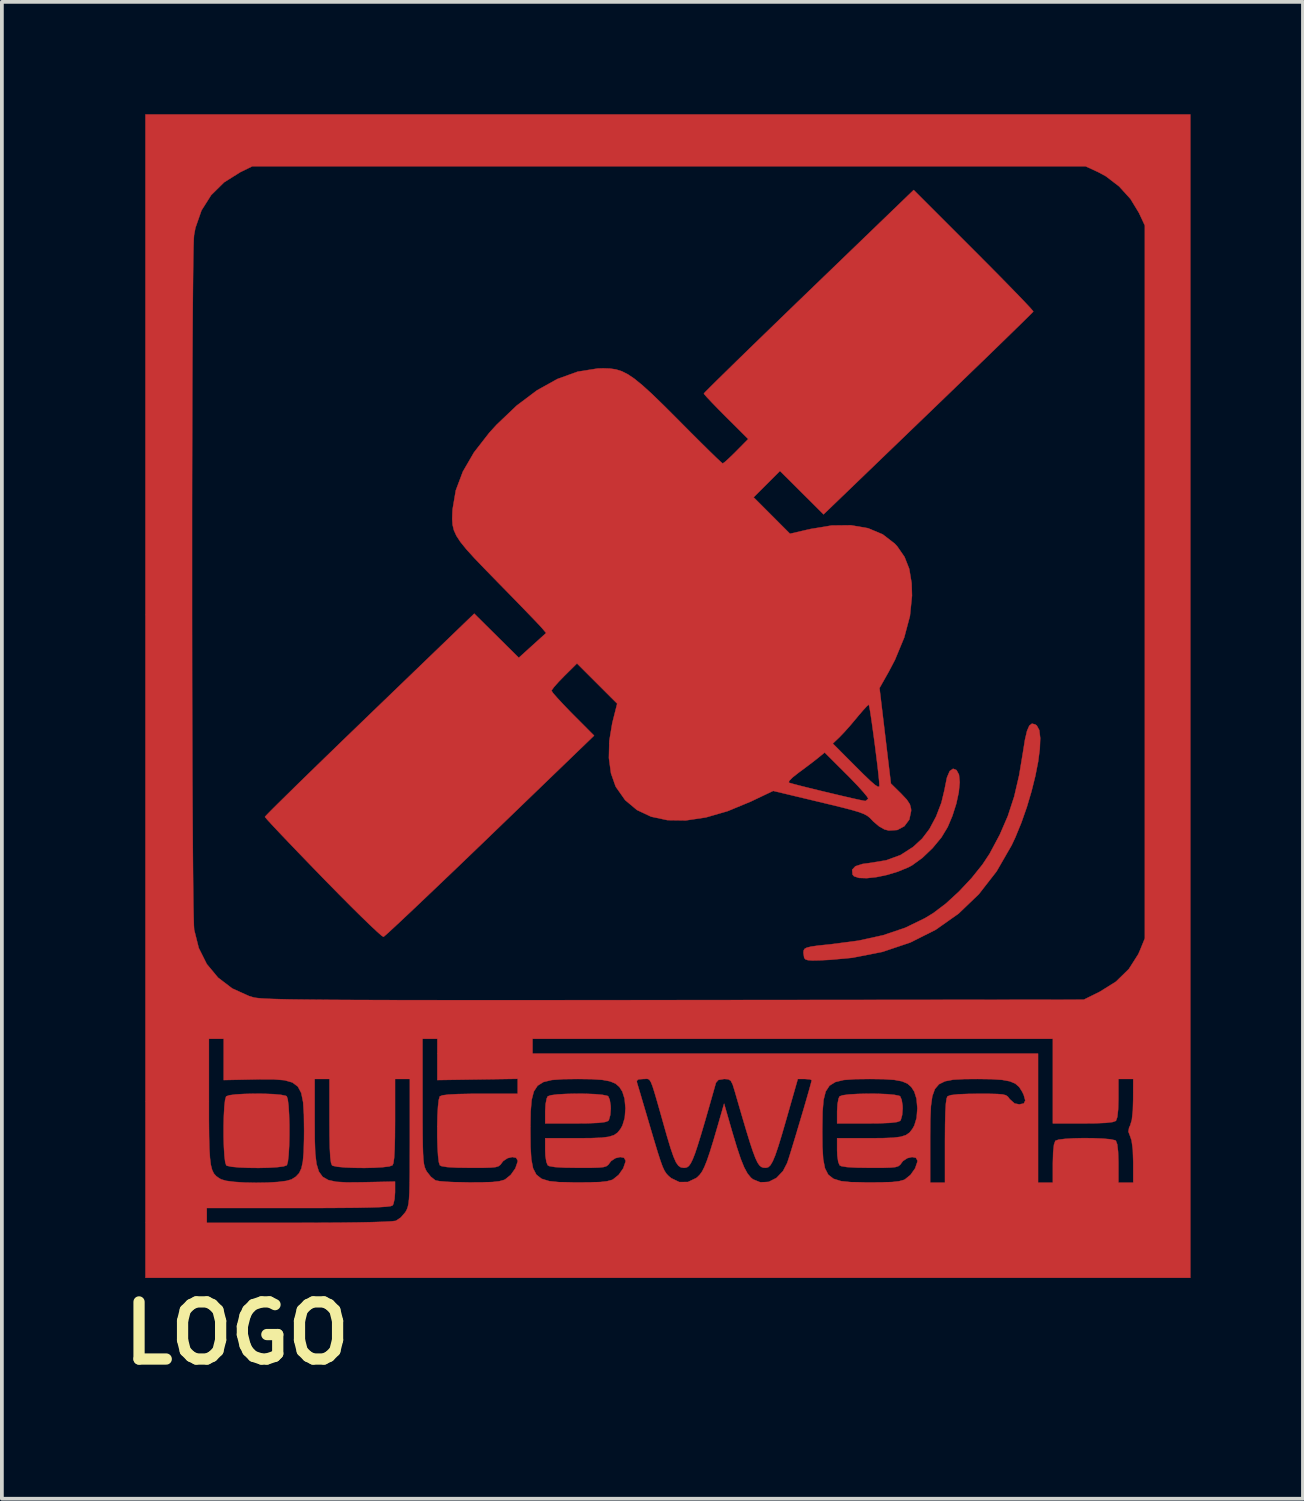
<source format=kicad_pcb>
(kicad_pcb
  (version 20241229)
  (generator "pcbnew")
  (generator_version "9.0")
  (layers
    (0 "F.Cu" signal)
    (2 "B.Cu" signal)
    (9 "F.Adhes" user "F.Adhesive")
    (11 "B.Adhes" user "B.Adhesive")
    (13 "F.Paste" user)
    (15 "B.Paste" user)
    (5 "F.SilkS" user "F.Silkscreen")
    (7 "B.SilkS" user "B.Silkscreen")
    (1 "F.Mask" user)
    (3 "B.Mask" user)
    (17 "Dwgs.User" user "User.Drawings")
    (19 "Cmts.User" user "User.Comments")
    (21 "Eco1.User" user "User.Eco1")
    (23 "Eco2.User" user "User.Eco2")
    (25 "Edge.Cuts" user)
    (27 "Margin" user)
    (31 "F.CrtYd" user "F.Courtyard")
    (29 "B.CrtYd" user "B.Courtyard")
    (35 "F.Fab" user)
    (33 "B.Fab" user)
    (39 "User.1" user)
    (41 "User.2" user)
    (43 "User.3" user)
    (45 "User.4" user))
  (footprint "LOGO"
    (layer "F.Cu")
    (at 14.773 15.527)
    (property "Reference" "LOGO" (at -11.5 17 0) (layer "F.SilkS") (effects (font (size 1.524 1.524) (thickness 0.3))))
    (attr through_hole)
    (fp_poly (pts (xy -2.188 10.611) (xy -1.941 10.621) (xy -1.741 10.64) (xy -1.616 10.666) (xy -1.592 10.679) (xy -1.551 10.774) (xy -1.527 10.932) (xy -1.524 11.007) (xy -1.538 11.178) (xy -1.573 11.305) (xy -1.592 11.334) (xy -1.676 11.365) (xy -1.858 11.387) (xy -2.143 11.399) (xy -2.467 11.402) (xy -3.274 11.402) (xy -3.274 11.074) (xy -3.263 10.885) (xy -3.234 10.737) (xy -3.206 10.679) (xy -3.121 10.65) (xy -2.949 10.628) (xy -2.719 10.615) (xy -2.456 10.609) (xy -2.188 10.611)) (stroke (width 0.01) (type solid)) (fill yes) (layer "F.Cu"))
    (fp_poly (pts (xy 5.601 10.611) (xy 5.849 10.621) (xy 6.048 10.64) (xy 6.174 10.666) (xy 6.198 10.679) (xy 6.239 10.774) (xy 6.263 10.932) (xy 6.265 11.007) (xy 6.251 11.178) (xy 6.216 11.305) (xy 6.198 11.334) (xy 6.114 11.365) (xy 5.932 11.387) (xy 5.646 11.399) (xy 5.323 11.402) (xy 4.516 11.402) (xy 4.516 11.074) (xy 4.527 10.885) (xy 4.555 10.737) (xy 4.583 10.679) (xy 4.669 10.65) (xy 4.84 10.628) (xy 5.07 10.615) (xy 5.333 10.609) (xy 5.601 10.611)) (stroke (width 0.01) (type solid)) (fill yes) (layer "F.Cu"))
    (fp_poly (pts (xy 7.702 1.973) (xy 7.768 2.096) (xy 7.787 2.299) (xy 7.762 2.564) (xy 7.696 2.869) (xy 7.592 3.195) (xy 7.468 3.49) (xy 7.299 3.77) (xy 7.062 4.056) (xy 6.791 4.315) (xy 6.517 4.514) (xy 6.42 4.566) (xy 6.142 4.681) (xy 5.85 4.77) (xy 5.566 4.829) (xy 5.309 4.857) (xy 5.103 4.851) (xy 4.967 4.807) (xy 4.928 4.762) (xy 4.917 4.633) (xy 5.003 4.54) (xy 5.189 4.479) (xy 5.368 4.455) (xy 5.823 4.381) (xy 6.205 4.242) (xy 6.543 4.025) (xy 6.785 3.802) (xy 6.981 3.544) (xy 7.158 3.211) (xy 7.299 2.843) (xy 7.387 2.477) (xy 7.391 2.447) (xy 7.447 2.171) (xy 7.52 2) (xy 7.61 1.937) (xy 7.702 1.973)) (stroke (width 0.01) (type solid)) (fill yes) (layer "F.Cu"))
    (fp_poly (pts (xy -10.767 10.611) (xy -10.52 10.621) (xy -10.32 10.64) (xy -10.195 10.666) (xy -10.171 10.679) (xy -10.144 10.763) (xy -10.123 10.934) (xy -10.109 11.169) (xy -10.101 11.441) (xy -10.101 11.728) (xy -10.107 12.003) (xy -10.121 12.243) (xy -10.141 12.422) (xy -10.168 12.516) (xy -10.171 12.519) (xy -10.257 12.549) (xy -10.428 12.57) (xy -10.658 12.584) (xy -10.921 12.59) (xy -11.189 12.587) (xy -11.437 12.577) (xy -11.636 12.559) (xy -11.762 12.533) (xy -11.786 12.519) (xy -11.813 12.436) (xy -11.834 12.265) (xy -11.848 12.03) (xy -11.856 11.757) (xy -11.856 11.471) (xy -11.849 11.195) (xy -11.836 10.956) (xy -11.816 10.777) (xy -11.789 10.683) (xy -11.786 10.679) (xy -11.7 10.65) (xy -11.529 10.628) (xy -11.299 10.615) (xy -11.036 10.609) (xy -10.767 10.611)) (stroke (width 0.01) (type solid)) (fill yes) (layer "F.Cu"))
    (fp_poly (pts (xy 9.803 0.756) (xy 9.845 0.786) (xy 9.911 0.908) (xy 9.936 1.118) (xy 9.925 1.402) (xy 9.881 1.743) (xy 9.806 2.127) (xy 9.704 2.537) (xy 9.579 2.959) (xy 9.433 3.376) (xy 9.27 3.773) (xy 9.173 3.979) (xy 8.772 4.675) (xy 8.299 5.283) (xy 7.757 5.803) (xy 7.146 6.234) (xy 6.469 6.574) (xy 5.726 6.824) (xy 4.919 6.982) (xy 4.334 7.036) (xy 4.047 7.05) (xy 3.854 7.054) (xy 3.734 7.045) (xy 3.669 7.023) (xy 3.639 6.986) (xy 3.637 6.983) (xy 3.617 6.849) (xy 3.622 6.791) (xy 3.645 6.746) (xy 3.706 6.712) (xy 3.822 6.683) (xy 4.013 6.656) (xy 4.295 6.627) (xy 4.335 6.623) (xy 5.085 6.525) (xy 5.747 6.379) (xy 6.333 6.181) (xy 6.858 5.926) (xy 7.084 5.788) (xy 7.417 5.536) (xy 7.767 5.215) (xy 8.103 4.857) (xy 8.395 4.493) (xy 8.586 4.204) (xy 8.858 3.694) (xy 9.073 3.196) (xy 9.242 2.678) (xy 9.374 2.11) (xy 9.475 1.501) (xy 9.529 1.162) (xy 9.584 0.927) (xy 9.645 0.787) (xy 9.716 0.733) (xy 9.803 0.756)) (stroke (width 0.01) (type solid)) (fill yes) (layer "F.Cu"))
    (fp_poly (pts (xy 8.162 -11.904) (xy 8.511 -11.554) (xy 8.833 -11.229) (xy 9.12 -10.936) (xy 9.363 -10.686) (xy 9.554 -10.486) (xy 9.685 -10.345) (xy 9.747 -10.272) (xy 9.751 -10.264) (xy 9.709 -10.219) (xy 9.592 -10.103) (xy 9.407 -9.921) (xy 9.161 -9.681) (xy 8.859 -9.387) (xy 8.51 -9.048) (xy 8.118 -8.67) (xy 7.692 -8.258) (xy 7.237 -7.819) (xy 6.945 -7.538) (xy 4.154 -4.851) (xy 3.573 -5.43) (xy 2.991 -6.01) (xy 2.287 -5.306) (xy 2.773 -4.82) (xy 3.258 -4.334) (xy 3.803 -4.46) (xy 4.371 -4.554) (xy 4.886 -4.56) (xy 5.342 -4.481) (xy 5.733 -4.317) (xy 6.053 -4.07) (xy 6.121 -3.996) (xy 6.315 -3.715) (xy 6.441 -3.396) (xy 6.504 -3.016) (xy 6.514 -2.681) (xy 6.459 -2.138) (xy 6.306 -1.563) (xy 6.061 -0.971) (xy 5.897 -0.658) (xy 5.647 -0.215) (xy 5.799 1.059) (xy 5.951 2.332) (xy 6.221 2.598) (xy 6.375 2.761) (xy 6.458 2.887) (xy 6.489 3.009) (xy 6.491 3.061) (xy 6.442 3.294) (xy 6.311 3.47) (xy 6.121 3.572) (xy 5.895 3.586) (xy 5.781 3.557) (xy 5.638 3.476) (xy 5.486 3.348) (xy 5.447 3.307) (xy 5.386 3.244) (xy 5.319 3.191) (xy 5.23 3.144) (xy 5.104 3.095) (xy 4.925 3.042) (xy 4.678 2.977) (xy 4.348 2.896) (xy 4.044 2.823) (xy 2.81 2.528) (xy 2.207 2.815) (xy 1.593 3.069) (xy 1.015 3.236) (xy 0.479 3.316) (xy -0.011 3.309) (xy -0.448 3.216) (xy -0.826 3.038) (xy -1.14 2.775) (xy -1.384 2.428) (xy -1.397 2.404) (xy -1.431 2.307) (xy 3.225 2.307) (xy 3.229 2.309) (xy 3.338 2.341) (xy 3.525 2.39) (xy 3.769 2.451) (xy 4.049 2.52) (xy 4.342 2.59) (xy 4.629 2.658) (xy 4.886 2.718) (xy 5.094 2.764) (xy 5.231 2.792) (xy 5.274 2.798) (xy 5.341 2.742) (xy 5.345 2.733) (xy 5.313 2.677) (xy 5.214 2.557) (xy 5.062 2.389) (xy 4.869 2.188) (xy 4.773 2.092) (xy 4.184 1.504) (xy 3.997 1.656) (xy 3.852 1.77) (xy 3.66 1.915) (xy 3.483 2.046) (xy 3.327 2.169) (xy 3.237 2.261) (xy 3.225 2.307) (xy -1.431 2.307) (xy -1.518 2.061) (xy -1.574 1.651) (xy -1.565 1.265) (xy 4.4 1.265) (xy 4.979 1.846) (xy 5.227 2.093) (xy 5.407 2.265) (xy 5.529 2.37) (xy 5.603 2.417) (xy 5.638 2.414) (xy 5.645 2.385) (xy 5.639 2.284) (xy 5.621 2.102) (xy 5.594 1.86) (xy 5.559 1.579) (xy 5.521 1.279) (xy 5.481 0.982) (xy 5.443 0.707) (xy 5.409 0.477) (xy 5.382 0.311) (xy 5.364 0.23) (xy 5.361 0.226) (xy 5.311 0.267) (xy 5.211 0.375) (xy 5.078 0.53) (xy 5.038 0.579) (xy 4.875 0.773) (xy 4.713 0.955) (xy 4.585 1.089) (xy 4.576 1.098) (xy 4.4 1.265) (xy -1.565 1.265) (xy -1.564 1.196) (xy -1.485 0.723) (xy -1.473 0.674) (xy -1.353 0.199) (xy -2.426 -0.873) (xy -2.765 -0.537) (xy -2.92 -0.377) (xy -3.038 -0.244) (xy -3.1 -0.158) (xy -3.104 -0.144) (xy -3.067 -0.085) (xy -2.962 0.036) (xy -2.806 0.205) (xy -2.613 0.406) (xy -2.537 0.483) (xy -1.969 1.053) (xy -4.745 3.73) (xy -5.214 4.181) (xy -5.66 4.609) (xy -6.076 5.006) (xy -6.456 5.368) (xy -6.792 5.687) (xy -7.079 5.957) (xy -7.308 6.171) (xy -7.474 6.324) (xy -7.57 6.408) (xy -7.591 6.423) (xy -7.644 6.388) (xy -7.767 6.279) (xy -7.951 6.107) (xy -8.186 5.879) (xy -8.464 5.604) (xy -8.776 5.29) (xy -9.113 4.947) (xy -9.207 4.851) (xy -9.547 4.5) (xy -9.862 4.174) (xy -10.142 3.881) (xy -10.38 3.631) (xy -10.566 3.433) (xy -10.692 3.295) (xy -10.75 3.226) (xy -10.753 3.221) (xy -10.713 3.176) (xy -10.599 3.059) (xy -10.416 2.877) (xy -10.171 2.636) (xy -9.872 2.342) (xy -9.524 2.003) (xy -9.134 1.624) (xy -8.709 1.212) (xy -8.254 0.773) (xy -7.96 0.489) (xy -5.167 -2.202) (xy -3.979 -1.024) (xy -3.614 -1.355) (xy -3.249 -1.685) (xy -3.359 -1.816) (xy -3.427 -1.891) (xy -3.562 -2.033) (xy -3.754 -2.232) (xy -3.99 -2.476) (xy -4.259 -2.752) (xy -4.549 -3.048) (xy -4.895 -3.403) (xy -5.17 -3.69) (xy -5.381 -3.923) (xy -5.536 -4.115) (xy -5.643 -4.278) (xy -5.71 -4.426) (xy -5.745 -4.571) (xy -5.756 -4.726) (xy -5.75 -4.904) (xy -5.745 -4.989) (xy -5.66 -5.49) (xy -5.471 -5.993) (xy -5.175 -6.503) (xy -4.77 -7.024) (xy -4.575 -7.239) (xy -4.037 -7.752) (xy -3.494 -8.16) (xy -2.95 -8.463) (xy -2.407 -8.659) (xy -1.871 -8.744) (xy -1.725 -8.748) (xy -1.548 -8.742) (xy -1.387 -8.719) (xy -1.231 -8.67) (xy -1.068 -8.588) (xy -0.888 -8.466) (xy -0.678 -8.294) (xy -0.427 -8.066) (xy -0.124 -7.772) (xy 0.242 -7.407) (xy 0.333 -7.315) (xy 0.62 -7.026) (xy 0.882 -6.765) (xy 1.107 -6.543) (xy 1.286 -6.369) (xy 1.408 -6.254) (xy 1.462 -6.209) (xy 1.463 -6.209) (xy 1.517 -6.246) (xy 1.628 -6.346) (xy 1.775 -6.488) (xy 1.822 -6.535) (xy 2.144 -6.861) (xy 1.552 -7.451) (xy 1.344 -7.66) (xy 1.168 -7.842) (xy 1.038 -7.98) (xy 0.968 -8.061) (xy 0.96 -8.075) (xy 0.999 -8.119) (xy 1.114 -8.234) (xy 1.296 -8.415) (xy 1.541 -8.655) (xy 1.84 -8.948) (xy 2.188 -9.287) (xy 2.578 -9.665) (xy 3.003 -10.077) (xy 3.457 -10.516) (xy 3.759 -10.807) (xy 6.559 -13.507) (xy 8.162 -11.904)) (stroke (width 0.01) (type solid)) (fill yes) (layer "F.Cu"))
    (fp_poly (pts (xy 13.942 15.522) (xy -13.942 15.522) (xy -13.942 13.66) (xy -12.305 13.66) (xy -12.305 14.055) (xy -9.853 14.055) (xy -9.269 14.053) (xy -8.741 14.05) (xy -8.279 14.044) (xy -7.891 14.036) (xy -7.586 14.026) (xy -7.374 14.015) (xy -7.265 14.002) (xy -7.257 14) (xy -7.13 13.915) (xy -7.012 13.779) (xy -6.999 13.76) (xy -6.967 13.701) (xy -6.942 13.633) (xy -6.922 13.544) (xy -6.908 13.42) (xy -6.898 13.247) (xy -6.892 13.012) (xy -6.888 12.702) (xy -6.887 12.304) (xy -6.886 11.896) (xy -6.886 10.216) (xy -7.281 10.216) (xy -7.281 11.334) (xy -7.284 11.765) (xy -7.292 12.092) (xy -7.305 12.322) (xy -7.325 12.462) (xy -7.349 12.519) (xy -7.434 12.549) (xy -7.606 12.57) (xy -7.836 12.584) (xy -8.099 12.59) (xy -8.367 12.587) (xy -8.615 12.577) (xy -8.814 12.559) (xy -8.939 12.533) (xy -8.963 12.519) (xy -8.989 12.452) (xy -9.009 12.302) (xy -9.022 12.063) (xy -9.029 11.726) (xy -9.031 11.334) (xy -9.031 10.216) (xy -9.426 10.216) (xy -9.426 11.348) (xy -9.424 11.822) (xy -9.411 12.195) (xy -9.378 12.479) (xy -9.315 12.686) (xy -9.213 12.827) (xy -9.061 12.914) (xy -8.849 12.96) (xy -8.569 12.976) (xy -8.211 12.973) (xy -8.097 12.971) (xy -7.281 12.954) (xy -7.281 13.239) (xy -7.294 13.417) (xy -7.326 13.553) (xy -7.349 13.592) (xy -7.397 13.609) (xy -7.508 13.624) (xy -7.688 13.636) (xy -7.946 13.645) (xy -8.288 13.652) (xy -8.722 13.656) (xy -9.254 13.659) (xy -9.861 13.66) (xy -12.305 13.66) (xy -13.942 13.66) (xy -13.942 9.144) (xy -12.248 9.144) (xy -12.248 10.812) (xy -12.248 11.327) (xy -12.244 11.742) (xy -12.236 12.069) (xy -12.22 12.32) (xy -12.197 12.507) (xy -12.162 12.642) (xy -12.116 12.739) (xy -12.054 12.808) (xy -11.977 12.863) (xy -11.923 12.894) (xy -11.788 12.934) (xy -11.568 12.962) (xy -11.292 12.98) (xy -10.988 12.986) (xy -10.683 12.981) (xy -10.406 12.964) (xy -10.184 12.936) (xy -10.045 12.897) (xy -10.045 12.897) (xy -9.928 12.823) (xy -9.841 12.73) (xy -9.78 12.602) (xy -9.741 12.42) (xy -9.719 12.168) (xy -9.71 11.83) (xy -9.708 11.599) (xy -9.713 11.167) (xy -9.734 10.834) (xy -9.784 10.589) (xy -9.875 10.418) (xy -10.021 10.309) (xy -10.232 10.249) (xy -10.523 10.226) (xy -10.904 10.225) (xy -11.038 10.228) (xy -11.854 10.245) (xy -11.853 9.144) (xy -6.548 9.144) (xy -6.547 10.823) (xy -6.547 11.305) (xy -6.545 11.688) (xy -6.541 11.984) (xy -6.534 12.207) (xy -6.524 12.371) (xy -6.509 12.489) (xy -6.488 12.573) (xy -6.462 12.638) (xy -6.434 12.688) (xy -6.326 12.825) (xy -6.21 12.917) (xy -6.194 12.924) (xy -6.093 12.943) (xy -5.903 12.959) (xy -5.651 12.972) (xy -5.361 12.978) (xy -5.289 12.979) (xy -4.939 12.977) (xy -4.684 12.966) (xy -4.504 12.946) (xy -4.382 12.913) (xy -4.344 12.897) (xy -4.193 12.775) (xy -4.071 12.602) (xy -4.01 12.425) (xy -4.008 12.392) (xy -4.05 12.319) (xy -4.152 12.299) (xy -4.278 12.329) (xy -4.392 12.404) (xy -4.426 12.446) (xy -4.467 12.503) (xy -4.517 12.542) (xy -4.594 12.567) (xy -4.72 12.58) (xy -4.915 12.586) (xy -5.198 12.587) (xy -5.268 12.587) (xy -5.634 12.582) (xy -5.891 12.567) (xy -6.043 12.541) (xy -6.085 12.519) (xy -6.112 12.436) (xy -6.133 12.265) (xy -6.147 12.03) (xy -6.155 11.757) (xy -6.155 11.599) (xy -3.669 11.599) (xy -3.665 12.028) (xy -3.645 12.357) (xy -3.598 12.6) (xy -3.51 12.77) (xy -3.371 12.879) (xy -3.167 12.942) (xy -2.888 12.971) (xy -2.52 12.979) (xy -2.41 12.98) (xy -2.059 12.977) (xy -1.803 12.966) (xy -1.623 12.945) (xy -1.5 12.912) (xy -1.466 12.897) (xy -1.314 12.775) (xy -1.192 12.602) (xy -1.131 12.425) (xy -1.129 12.392) (xy -1.171 12.319) (xy -1.273 12.299) (xy -1.399 12.329) (xy -1.513 12.404) (xy -1.547 12.446) (xy -1.588 12.503) (xy -1.638 12.542) (xy -1.716 12.567) (xy -1.842 12.58) (xy -2.036 12.586) (xy -2.32 12.587) (xy -2.389 12.587) (xy -2.755 12.582) (xy -3.013 12.567) (xy -3.164 12.541) (xy -3.206 12.519) (xy -3.243 12.429) (xy -3.268 12.266) (xy -3.274 12.124) (xy -3.274 11.797) (xy -2.411 11.797) (xy -2.044 11.794) (xy -1.771 11.783) (xy -1.575 11.758) (xy -1.437 11.714) (xy -1.34 11.646) (xy -1.264 11.549) (xy -1.213 11.458) (xy -1.151 11.254) (xy -1.132 10.998) (xy -1.155 10.744) (xy -1.215 10.553) (xy -1.294 10.429) (xy -1.398 10.339) (xy -1.543 10.278) (xy -1.608 10.266) (xy -0.831 10.266) (xy -0.824 10.315) (xy -0.799 10.398) (xy -0.747 10.571) (xy -0.675 10.816) (xy -0.587 11.113) (xy -0.489 11.445) (xy -0.479 11.48) (xy -0.362 11.874) (xy -0.271 12.175) (xy -0.199 12.397) (xy -0.141 12.557) (xy -0.089 12.668) (xy -0.037 12.746) (xy 0.02 12.806) (xy 0.089 12.863) (xy 0.092 12.865) (xy 0.305 12.967) (xy 0.534 12.965) (xy 0.755 12.86) (xy 0.786 12.836) (xy 0.851 12.771) (xy 0.913 12.685) (xy 0.974 12.564) (xy 1.042 12.395) (xy 1.121 12.163) (xy 1.216 11.856) (xy 1.332 11.459) (xy 1.396 11.236) (xy 1.5 10.874) (xy 1.718 11.632) (xy 1.84 12.037) (xy 1.943 12.347) (xy 2.036 12.576) (xy 2.124 12.738) (xy 2.214 12.848) (xy 2.27 12.894) (xy 2.475 12.977) (xy 2.692 12.961) (xy 2.897 12.857) (xy 3.072 12.673) (xy 3.183 12.459) (xy 3.222 12.342) (xy 3.283 12.148) (xy 3.359 11.898) (xy 3.446 11.611) (xy 3.449 11.599) (xy 4.12 11.599) (xy 4.124 12.028) (xy 4.144 12.357) (xy 4.192 12.6) (xy 4.279 12.77) (xy 4.419 12.879) (xy 4.622 12.942) (xy 4.902 12.971) (xy 5.269 12.979) (xy 5.379 12.98) (xy 5.73 12.977) (xy 5.986 12.966) (xy 6.167 12.945) (xy 6.289 12.912) (xy 6.324 12.897) (xy 6.475 12.775) (xy 6.597 12.602) (xy 6.658 12.425) (xy 6.66 12.392) (xy 6.618 12.319) (xy 6.516 12.299) (xy 6.39 12.329) (xy 6.276 12.404) (xy 6.242 12.446) (xy 6.201 12.503) (xy 6.151 12.542) (xy 6.074 12.567) (xy 5.948 12.58) (xy 5.753 12.586) (xy 5.47 12.587) (xy 5.4 12.587) (xy 5.034 12.582) (xy 4.777 12.567) (xy 4.625 12.541) (xy 4.583 12.519) (xy 4.546 12.429) (xy 4.522 12.266) (xy 4.516 12.124) (xy 4.516 11.851) (xy 6.999 11.851) (xy 6.999 12.982) (xy 7.394 12.982) (xy 7.394 11.865) (xy 7.397 11.433) (xy 7.405 11.107) (xy 7.418 10.877) (xy 7.438 10.736) (xy 7.462 10.679) (xy 7.551 10.647) (xy 7.743 10.625) (xy 8.043 10.613) (xy 8.279 10.612) (xy 8.583 10.612) (xy 8.793 10.617) (xy 8.932 10.628) (xy 9.018 10.65) (xy 9.071 10.686) (xy 9.112 10.74) (xy 9.121 10.753) (xy 9.253 10.87) (xy 9.376 10.894) (xy 9.498 10.87) (xy 9.537 10.79) (xy 9.496 10.643) (xy 9.453 10.553) (xy 9.374 10.429) (xy 9.27 10.339) (xy 9.125 10.278) (xy 8.921 10.24) (xy 8.64 10.221) (xy 8.269 10.216) (xy 7.903 10.219) (xy 7.614 10.235) (xy 7.395 10.277) (xy 7.235 10.356) (xy 7.125 10.484) (xy 7.056 10.675) (xy 7.019 10.939) (xy 7.003 11.29) (xy 6.999 11.739) (xy 6.999 11.851) (xy 4.516 11.851) (xy 4.516 11.797) (xy 5.378 11.797) (xy 5.745 11.794) (xy 6.018 11.783) (xy 6.214 11.758) (xy 6.352 11.714) (xy 6.45 11.646) (xy 6.525 11.549) (xy 6.576 11.458) (xy 6.638 11.254) (xy 6.657 10.998) (xy 6.635 10.744) (xy 6.575 10.553) (xy 6.495 10.429) (xy 6.392 10.339) (xy 6.247 10.278) (xy 6.043 10.24) (xy 5.761 10.221) (xy 5.39 10.216) (xy 4.996 10.221) (xy 4.692 10.243) (xy 4.469 10.297) (xy 4.312 10.395) (xy 4.211 10.55) (xy 4.154 10.775) (xy 4.128 11.083) (xy 4.121 11.489) (xy 4.12 11.599) (xy 3.449 11.599) (xy 3.536 11.307) (xy 3.625 11.008) (xy 3.705 10.732) (xy 3.771 10.501) (xy 3.817 10.333) (xy 3.838 10.251) (xy 3.838 10.247) (xy 3.789 10.226) (xy 3.668 10.217) (xy 3.653 10.216) (xy 3.467 10.216) (xy 3.165 11.275) (xy 3.044 11.693) (xy 2.946 12.014) (xy 2.866 12.249) (xy 2.798 12.412) (xy 2.738 12.515) (xy 2.681 12.569) (xy 2.62 12.586) (xy 2.609 12.586) (xy 2.548 12.582) (xy 2.494 12.564) (xy 2.444 12.522) (xy 2.392 12.446) (xy 2.335 12.325) (xy 2.269 12.149) (xy 2.189 11.909) (xy 2.092 11.593) (xy 1.973 11.192) (xy 1.829 10.696) (xy 1.784 10.541) (xy 1.728 10.361) (xy 1.678 10.264) (xy 1.613 10.224) (xy 1.508 10.216) (xy 1.501 10.216) (xy 1.348 10.241) (xy 1.283 10.315) (xy 1.125 10.872) (xy 0.994 11.329) (xy 0.885 11.698) (xy 0.796 11.986) (xy 0.723 12.205) (xy 0.661 12.363) (xy 0.608 12.47) (xy 0.559 12.537) (xy 0.512 12.572) (xy 0.462 12.585) (xy 0.423 12.587) (xy 0.347 12.575) (xy 0.28 12.53) (xy 0.216 12.439) (xy 0.149 12.286) (xy 0.071 12.059) (xy -0.024 11.743) (xy -0.081 11.543) (xy -0.198 11.128) (xy -0.289 10.809) (xy -0.358 10.574) (xy -0.41 10.409) (xy -0.452 10.303) (xy -0.489 10.243) (xy -0.526 10.217) (xy -0.568 10.212) (xy -0.621 10.215) (xy -0.657 10.216) (xy -0.788 10.226) (xy -0.831 10.266) (xy -1.608 10.266) (xy -1.747 10.24) (xy -2.028 10.221) (xy -2.399 10.216) (xy -2.794 10.221) (xy -3.097 10.243) (xy -3.321 10.297) (xy -3.477 10.395) (xy -3.578 10.55) (xy -3.636 10.775) (xy -3.662 11.083) (xy -3.669 11.489) (xy -3.669 11.599) (xy -6.155 11.599) (xy -6.155 11.471) (xy -6.149 11.195) (xy -6.135 10.956) (xy -6.115 10.777) (xy -6.088 10.683) (xy -6.085 10.679) (xy -6.013 10.652) (xy -5.854 10.632) (xy -5.602 10.619) (xy -5.249 10.612) (xy -5.012 10.612) (xy -4.008 10.612) (xy -4.008 10.212) (xy -6.153 10.245) (xy -6.153 9.694) (xy -6.152 9.144) (xy -3.612 9.144) (xy -3.612 9.539) (xy 9.878 9.539) (xy 9.878 12.982) (xy 10.273 12.982) (xy 10.273 12.457) (xy 10.281 12.169) (xy 10.303 11.968) (xy 10.339 11.867) (xy 10.341 11.865) (xy 10.426 11.835) (xy 10.597 11.814) (xy 10.828 11.8) (xy 11.09 11.794) (xy 11.359 11.797) (xy 11.606 11.807) (xy 11.806 11.825) (xy 11.931 11.851) (xy 11.955 11.865) (xy 11.991 11.961) (xy 12.014 12.158) (xy 12.023 12.442) (xy 12.023 12.457) (xy 12.023 12.982) (xy 12.418 12.982) (xy 12.418 12.443) (xy 12.407 12.103) (xy 12.375 11.861) (xy 12.338 11.751) (xy 12.289 11.621) (xy 12.308 11.512) (xy 12.336 11.457) (xy 12.381 11.307) (xy 12.408 11.055) (xy 12.416 10.767) (xy 12.418 10.216) (xy 12.023 10.216) (xy 12.023 10.741) (xy 12.015 11.03) (xy 11.993 11.231) (xy 11.957 11.332) (xy 11.955 11.334) (xy 11.871 11.365) (xy 11.689 11.387) (xy 11.403 11.399) (xy 11.08 11.402) (xy 10.273 11.402) (xy 10.273 9.144) (xy -3.612 9.144) (xy -6.152 9.144) (xy -6.548 9.144) (xy -11.853 9.144) (xy -12.248 9.144) (xy -13.942 9.144) (xy -13.942 -3.066) (xy -12.698 -3.066) (xy -12.698 -2.168) (xy -12.697 -1.277) (xy -12.696 -0.4) (xy -12.694 0.454) (xy -12.691 1.278) (xy -12.689 2.065) (xy -12.685 2.807) (xy -12.681 3.497) (xy -12.677 4.127) (xy -12.672 4.69) (xy -12.667 5.178) (xy -12.662 5.584) (xy -12.655 5.9) (xy -12.649 6.119) (xy -12.642 6.233) (xy -12.641 6.237) (xy -12.519 6.722) (xy -12.304 7.151) (xy -12.003 7.513) (xy -11.626 7.8) (xy -11.181 8.002) (xy -11.062 8.038) (xy -11.013 8.048) (xy -10.943 8.057) (xy -10.847 8.066) (xy -10.719 8.073) (xy -10.556 8.08) (xy -10.352 8.086) (xy -10.104 8.092) (xy -9.806 8.096) (xy -9.453 8.1) (xy -9.042 8.104) (xy -8.567 8.107) (xy -8.024 8.109) (xy -7.408 8.111) (xy -6.715 8.112) (xy -5.94 8.113) (xy -5.077 8.113) (xy -4.124 8.113) (xy -3.074 8.113) (xy -1.924 8.112) (xy -0.668 8.111) (xy 0.172 8.111) (xy 11.097 8.1) (xy 11.529 7.886) (xy 11.956 7.619) (xy 12.3 7.283) (xy 12.552 6.887) (xy 12.602 6.773) (xy 12.728 6.463) (xy 12.728 -12.559) (xy 12.57 -12.898) (xy 12.345 -13.268) (xy 12.041 -13.603) (xy 11.689 -13.873) (xy 11.492 -13.98) (xy 11.148 -14.139) (xy -11.091 -14.139) (xy -11.409 -13.984) (xy -11.841 -13.713) (xy -12.188 -13.371) (xy -12.446 -12.963) (xy -12.608 -12.498) (xy -12.645 -12.301) (xy -12.652 -12.195) (xy -12.659 -11.984) (xy -12.665 -11.675) (xy -12.67 -11.276) (xy -12.675 -10.793) (xy -12.68 -10.236) (xy -12.684 -9.611) (xy -12.688 -8.925) (xy -12.691 -8.186) (xy -12.693 -7.402) (xy -12.695 -6.581) (xy -12.697 -5.729) (xy -12.698 -4.854) (xy -12.698 -3.964) (xy -12.698 -3.066) (xy -13.942 -3.066) (xy -13.942 -15.522) (xy 13.942 -15.522) (xy 13.942 15.522)) (stroke (width 0.01) (type solid)) (fill yes) (layer "F.Cu")))
  (gr_rect
    (start -3 -3)
    (end 31.72 36.945)
    (stroke (width 0.1) (type default))
    (fill no)
    (layer "Edge.Cuts")))
</source>
